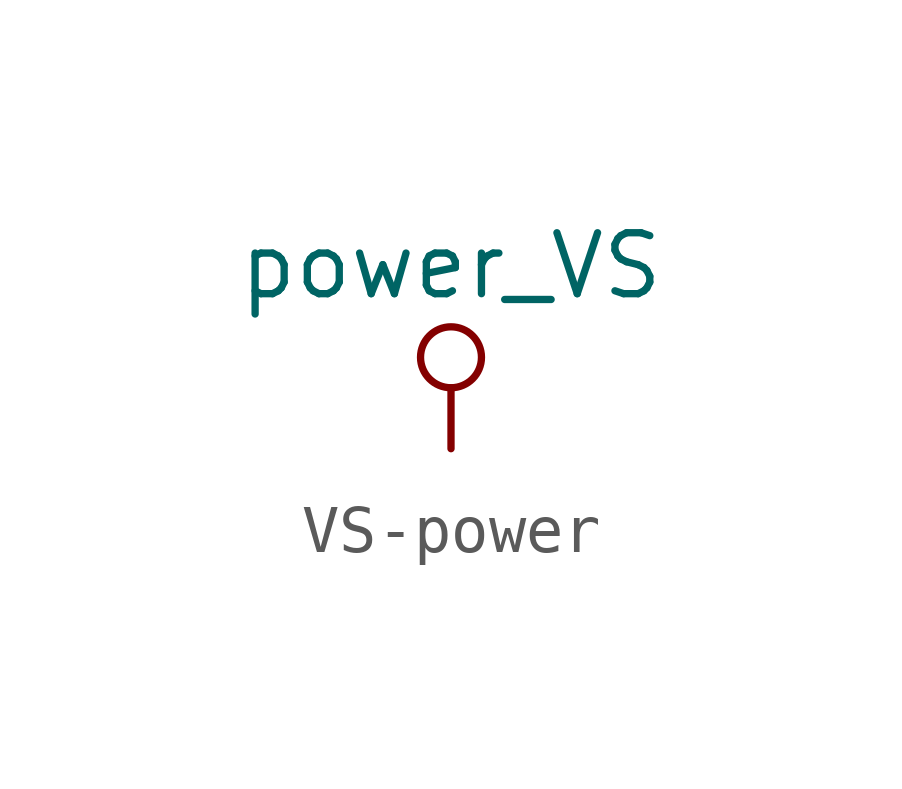
<source format=kicad_sym>
(kicad_symbol_lib
  (version 20231120)
  (generator "kicad_symbol_editor")
  (generator_version "8.0")
  (symbol "VS-power"
    (power)
    (pin_names
      (offset 0))
    (property "Reference" "#PWR"
      (at -5.08 -3.81 0)
      (effects (font (size 1.27 1.27)) (hide yes)))
    (property "Value" "power_VS"
      (at 0 3.81 0)
      (effects (font (size 1.27 1.27))))
    (symbol "VS-power_0_1"
      (polyline (pts (xy 0 0) (xy 0 1.27)) (stroke (width 0) (type solid)) (fill (type none)))
      (circle (center 0 1.905) (radius 0.635) (stroke (width 0) (type solid)) (fill (type none))))
    (symbol "VS-power_1_1"
      (pin power_in line (at 0 0 90) (length 0) hide (name "VS" (effects (font (size 1.27 1.27)))) (number "1" (effects (font (size 1.27 1.27))))))))
</source>
